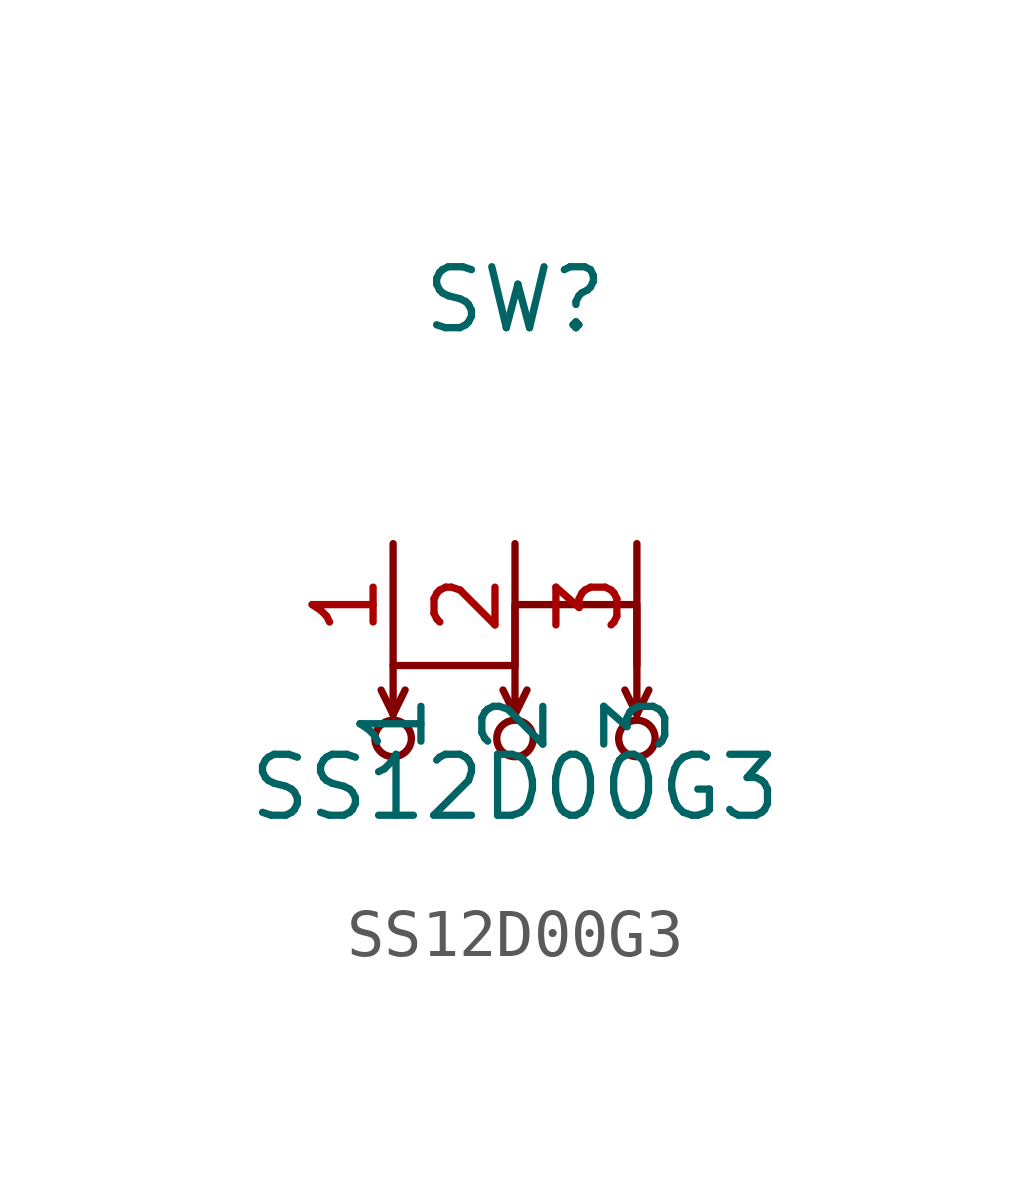
<source format=kicad_sym>
(kicad_symbol_lib
  (version 20211014)
  (generator https://github.com/uPesy/easyeda2kicad.py)
  (symbol "SS12D00G3"
    (property "Reference" "SW"
      (at 0 7.62 0)
      (effects (font (size 1.27 1.27))))
    (property "Value" "SS12D00G3"
      (at 0 -2.54 0)
      (effects (font (size 1.27 1.27))))
    (symbol "SS12D00G3_0_1"
      (circle (center -2.54 -1.52) (radius 0.38) (stroke (width 0) (type default) (color 0 0 0 0)) (fill (type none)))
      (circle (center 0.00 -1.52) (radius 0.38) (stroke (width 0) (type default) (color 0 0 0 0)) (fill (type none)))
      (circle (center 2.54 -1.52) (radius 0.38) (stroke (width 0) (type default) (color 0 0 0 0)) (fill (type none)))
      (polyline (pts (xy -2.54 -1.02) (xy -2.54 -0.00) (xy 0.00 -0.00) (xy 0.00 -1.02) (xy 0.25 -0.51)) (stroke (width 0) (type default) (color 0 0 0 0)) (fill (type none)))
      (polyline (pts (xy 0.00 -1.02) (xy -0.25 -0.51)) (stroke (width 0) (type default) (color 0 0 0 0)) (fill (type none)))
      (polyline (pts (xy -2.54 -1.02) (xy -2.29 -0.51)) (stroke (width 0) (type default) (color 0 0 0 0)) (fill (type none)))
      (polyline (pts (xy -2.54 -1.02) (xy -2.79 -0.51)) (stroke (width 0) (type default) (color 0 0 0 0)) (fill (type none)))
      (polyline (pts (xy 0.00 -0.00) (xy 0.00 1.27) (xy 2.54 1.27) (xy 2.54 -1.02) (xy 2.79 -0.51)) (stroke (width 0) (type default) (color 0 0 0 0)) (fill (type none)))
      (polyline (pts (xy 2.54 -1.02) (xy 2.29 -0.51)) (stroke (width 0) (type default) (color 0 0 0 0)) (fill (type none)))
      (pin unspecified line (at -2.54 2.54 270) (length 2.54) (name "1" (effects (font (size 1.27 1.27)))) (number "1" (effects (font (size 1.27 1.27)))))
      (pin unspecified line (at 0.00 2.54 270) (length 2.54) (name "2" (effects (font (size 1.27 1.27)))) (number "2" (effects (font (size 1.27 1.27)))))
      (pin unspecified line (at 2.54 2.54 270) (length 2.54) (name "3" (effects (font (size 1.27 1.27)))) (number "3" (effects (font (size 1.27 1.27))))))))
</source>
